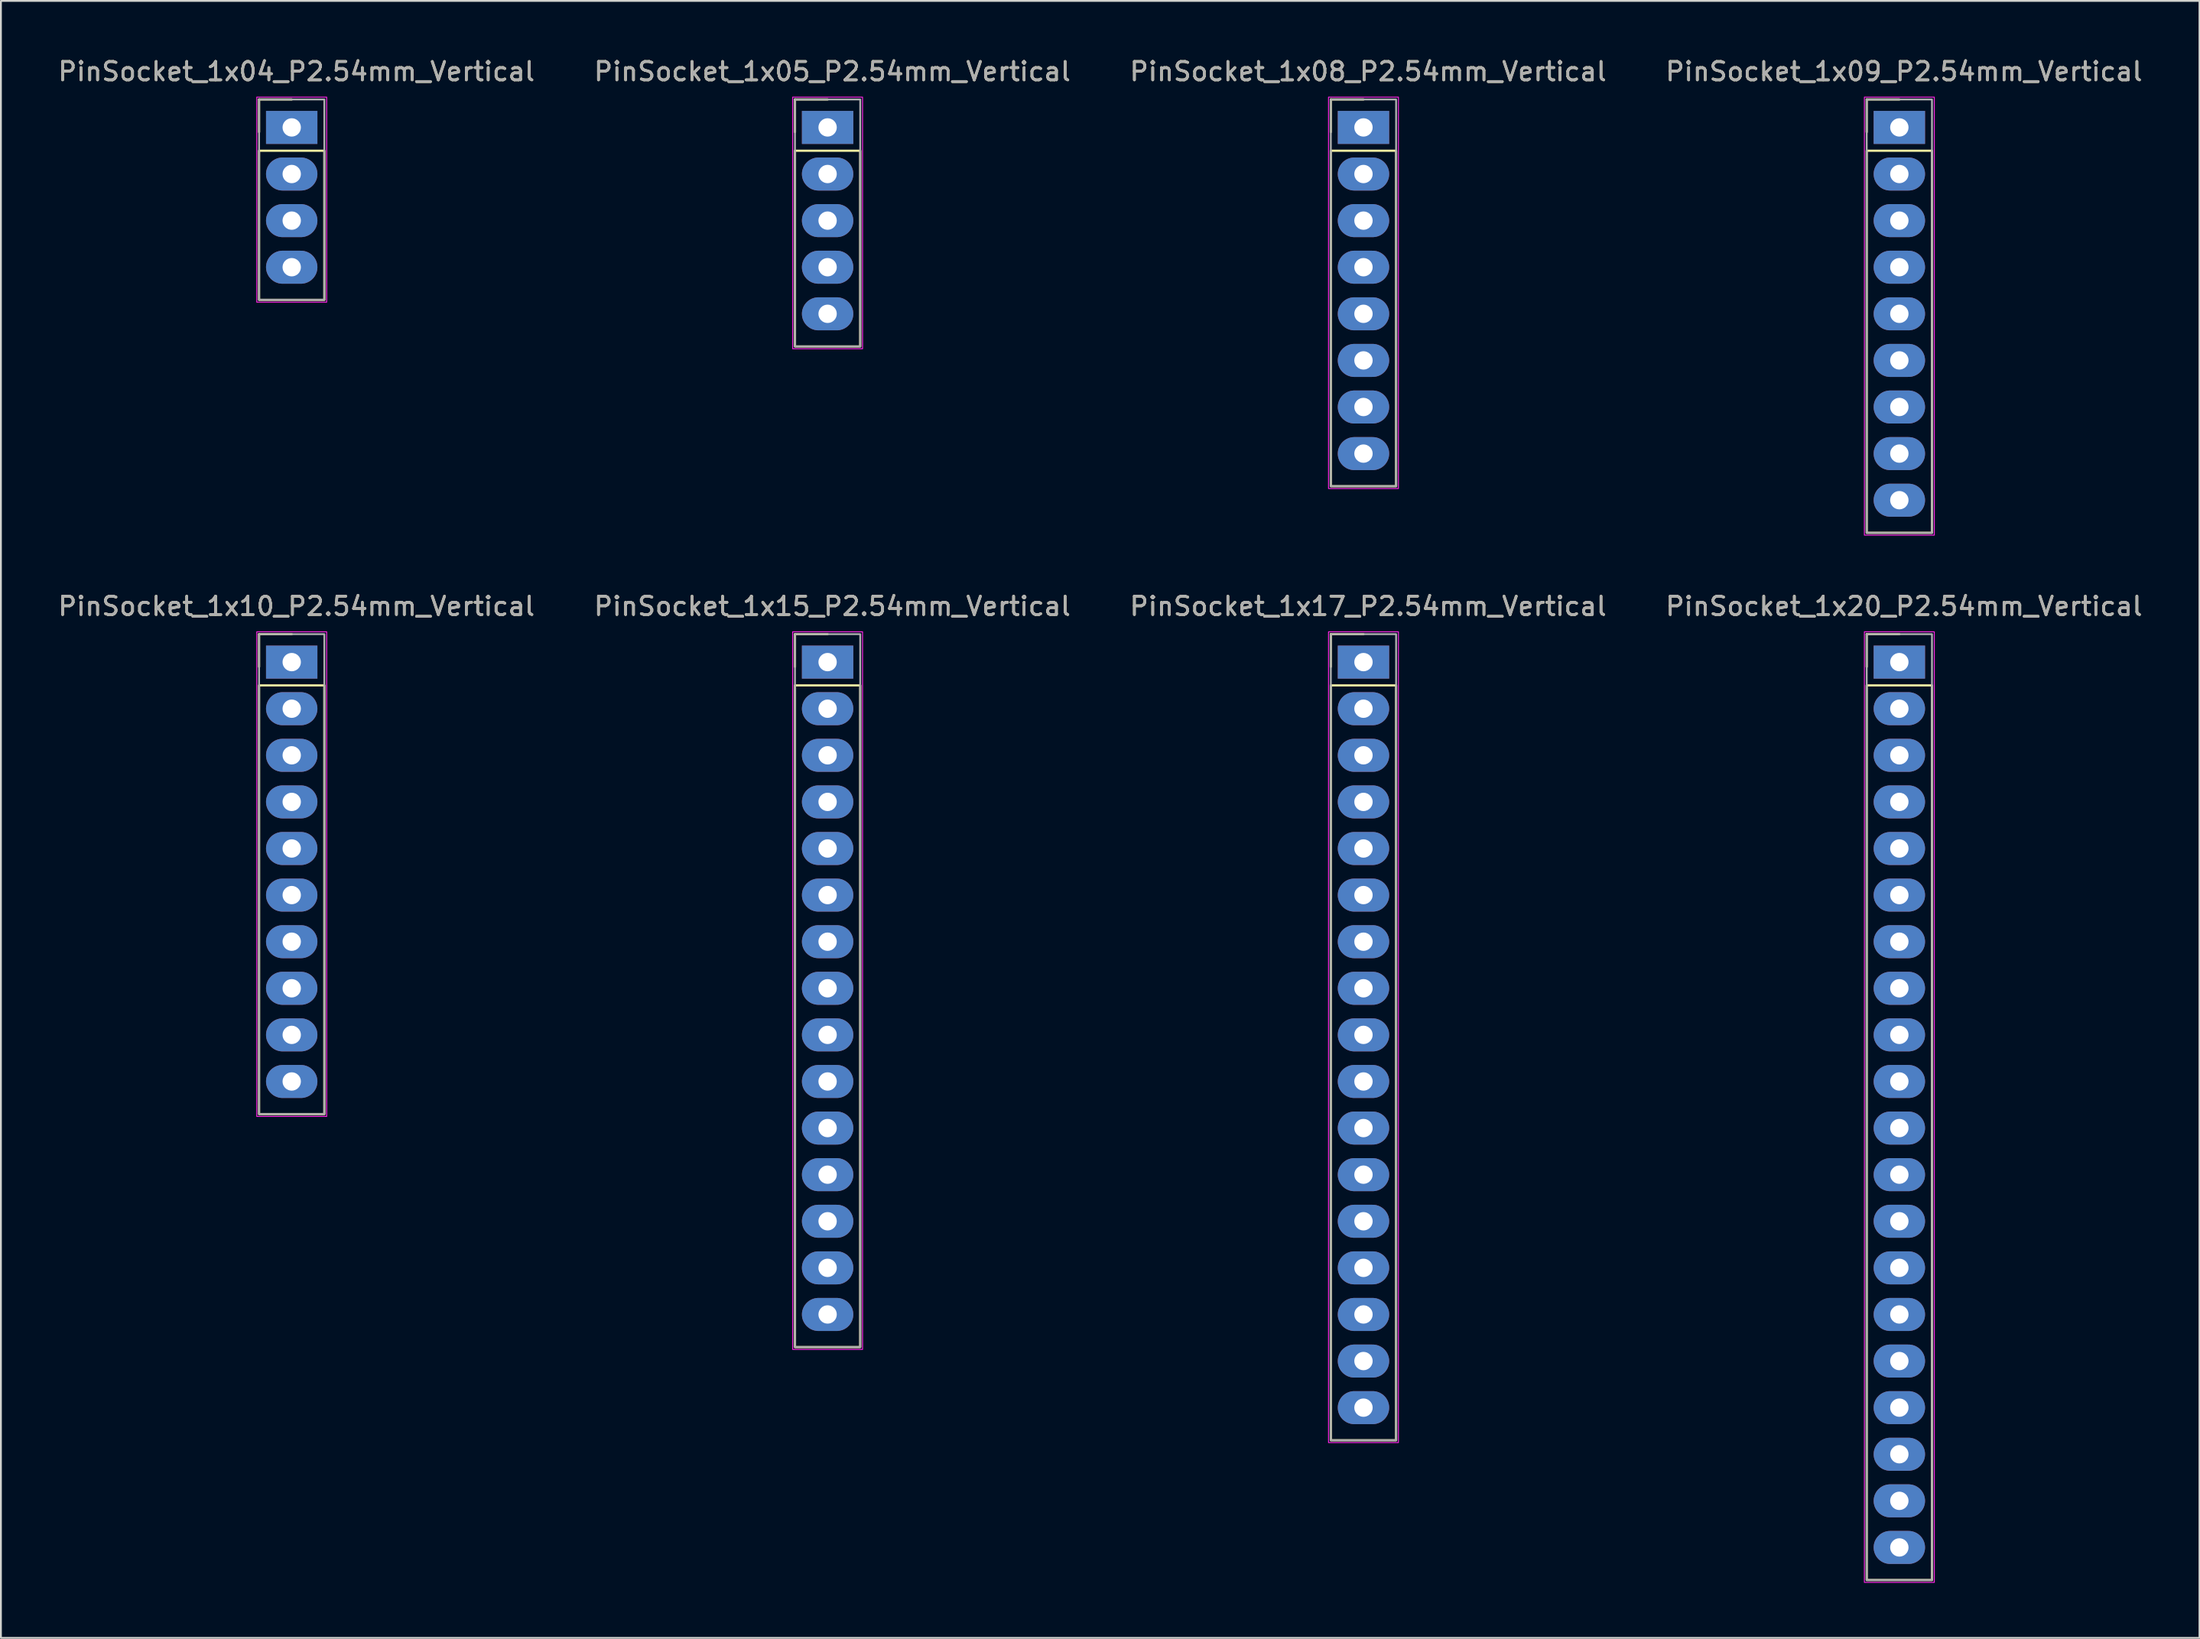
<source format=kicad_pcb>
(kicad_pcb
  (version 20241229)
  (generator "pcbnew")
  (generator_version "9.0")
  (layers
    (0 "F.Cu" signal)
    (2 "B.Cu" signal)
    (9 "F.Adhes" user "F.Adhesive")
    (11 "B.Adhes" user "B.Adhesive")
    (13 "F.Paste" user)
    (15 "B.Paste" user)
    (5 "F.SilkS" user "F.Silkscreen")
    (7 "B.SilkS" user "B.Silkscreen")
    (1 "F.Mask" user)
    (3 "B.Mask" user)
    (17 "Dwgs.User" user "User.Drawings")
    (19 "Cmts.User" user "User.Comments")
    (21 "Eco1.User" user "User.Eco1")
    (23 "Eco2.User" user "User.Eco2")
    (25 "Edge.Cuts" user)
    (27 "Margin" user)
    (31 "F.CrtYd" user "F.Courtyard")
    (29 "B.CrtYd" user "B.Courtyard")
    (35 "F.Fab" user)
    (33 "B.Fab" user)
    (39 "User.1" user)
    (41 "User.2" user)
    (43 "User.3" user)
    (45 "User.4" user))
  (footprint "PinSocket_1x08_P2.54mm_Vertical"
    (layer "F.Cu")
    (at 71.252 3.896)
    (property "Reference" "PinSocket_1x08_P2.54mm_Vertical" (at 0.254 -3.048 0) (unlocked yes) (layer "F.SilkS") (effects (font (size 1 1) (thickness 0.15))))
    (attr through_hole)
    (fp_line (start -1.778 -1.524) (end 0 -1.524) (stroke (width 0.12) (type solid)) (layer "F.SilkS"))
    (fp_line (start -1.778 0.254) (end -1.778 -1.524) (stroke (width 0.12) (type solid)) (layer "F.SilkS"))
    (fp_rect (start -1.778 1.27) (end 1.778 19.558) (stroke (width 0.12) (type solid)) (fill no) (layer "F.SilkS"))
    (fp_rect (start -1.905 -1.651) (end 1.905 19.685) (stroke (width 0.05) (type solid)) (fill no) (layer "F.CrtYd"))
    (fp_rect (start -1.778 -1.524) (end 1.778 19.558) (stroke (width 0.1) (type solid)) (fill no) (layer "F.Fab"))
    (fp_text user "${REFERENCE}" (at 0.254 -3.048 0) (unlocked yes) (layer "F.Fab") (effects (font (size 1 1) (thickness 0.15))))
    (pad "1" thru_hole rect (at 0 0) (size 2.8 1.8) (drill 1) (layers "*.Cu" "*.Mask"))
    (pad "2" thru_hole oval (at 0 2.54) (size 2.8 1.8) (drill 1) (layers "*.Cu" "*.Mask"))
    (pad "3" thru_hole oval (at 0 5.08) (size 2.8 1.8) (drill 1) (layers "*.Cu" "*.Mask"))
    (pad "4" thru_hole oval (at 0 7.62) (size 2.8 1.8) (drill 1) (layers "*.Cu" "*.Mask"))
    (pad "5" thru_hole oval (at 0 10.16) (size 2.8 1.8) (drill 1) (layers "*.Cu" "*.Mask"))
    (pad "6" thru_hole oval (at 0 12.7) (size 2.8 1.8) (drill 1) (layers "*.Cu" "*.Mask"))
    (pad "7" thru_hole oval (at 0 15.24) (size 2.8 1.8) (drill 1) (layers "*.Cu" "*.Mask"))
    (pad "8" thru_hole oval (at 0 17.78) (size 2.8 1.8) (drill 1) (layers "*.Cu" "*.Mask")))
  (footprint "PinSocket_1x17_P2.54mm_Vertical"
    (layer "F.Cu")
    (at 71.252 33.042)
    (property "Reference" "PinSocket_1x17_P2.54mm_Vertical" (at 0.254 -3.048 0) (unlocked yes) (layer "F.SilkS") (effects (font (size 1 1) (thickness 0.15))))
    (attr through_hole)
    (fp_line (start -1.778 -1.524) (end 0 -1.524) (stroke (width 0.12) (type solid)) (layer "F.SilkS"))
    (fp_line (start -1.778 0.254) (end -1.778 -1.524) (stroke (width 0.12) (type solid)) (layer "F.SilkS"))
    (fp_rect (start -1.778 1.27) (end 1.778 42.418) (stroke (width 0.12) (type solid)) (fill no) (layer "F.SilkS"))
    (fp_rect (start -1.905 -1.651) (end 1.905 42.545) (stroke (width 0.05) (type solid)) (fill no) (layer "F.CrtYd"))
    (fp_rect (start -1.778 -1.524) (end 1.778 42.418) (stroke (width 0.1) (type solid)) (fill no) (layer "F.Fab"))
    (fp_text user "${REFERENCE}" (at 0.254 -3.048 0) (unlocked yes) (layer "F.Fab") (effects (font (size 1 1) (thickness 0.15))))
    (pad "1" thru_hole rect (at 0 0) (size 2.8 1.8) (drill 1) (layers "*.Cu" "*.Mask"))
    (pad "2" thru_hole oval (at 0 2.54) (size 2.8 1.8) (drill 1) (layers "*.Cu" "*.Mask"))
    (pad "3" thru_hole oval (at 0 5.08) (size 2.8 1.8) (drill 1) (layers "*.Cu" "*.Mask"))
    (pad "4" thru_hole oval (at 0 7.62) (size 2.8 1.8) (drill 1) (layers "*.Cu" "*.Mask"))
    (pad "5" thru_hole oval (at 0 10.16) (size 2.8 1.8) (drill 1) (layers "*.Cu" "*.Mask"))
    (pad "6" thru_hole oval (at 0 12.7) (size 2.8 1.8) (drill 1) (layers "*.Cu" "*.Mask"))
    (pad "7" thru_hole oval (at 0 15.24) (size 2.8 1.8) (drill 1) (layers "*.Cu" "*.Mask"))
    (pad "8" thru_hole oval (at 0 17.78) (size 2.8 1.8) (drill 1) (layers "*.Cu" "*.Mask"))
    (pad "9" thru_hole oval (at 0 20.32) (size 2.8 1.8) (drill 1) (layers "*.Cu" "*.Mask"))
    (pad "10" thru_hole oval (at 0 22.86) (size 2.8 1.8) (drill 1) (layers "*.Cu" "*.Mask"))
    (pad "11" thru_hole oval (at 0 25.4) (size 2.8 1.8) (drill 1) (layers "*.Cu" "*.Mask"))
    (pad "12" thru_hole oval (at 0 27.94) (size 2.8 1.8) (drill 1) (layers "*.Cu" "*.Mask"))
    (pad "13" thru_hole oval (at 0 30.48) (size 2.8 1.8) (drill 1) (layers "*.Cu" "*.Mask"))
    (pad "14" thru_hole oval (at 0 33.02) (size 2.8 1.8) (drill 1) (layers "*.Cu" "*.Mask"))
    (pad "15" thru_hole oval (at 0 35.56) (size 2.8 1.8) (drill 1) (layers "*.Cu" "*.Mask"))
    (pad "16" thru_hole oval (at 0 38.1) (size 2.8 1.8) (drill 1) (layers "*.Cu" "*.Mask"))
    (pad "17" thru_hole oval (at 0 40.64) (size 2.8 1.8) (drill 1) (layers "*.Cu" "*.Mask")))
  (footprint "PinSocket_1x20_P2.54mm_Vertical"
    (layer "F.Cu")
    (at 100.454 33.042)
    (property "Reference" "PinSocket_1x20_P2.54mm_Vertical" (at 0.254 -3.048 0) (unlocked yes) (layer "F.SilkS") (effects (font (size 1 1) (thickness 0.15))))
    (attr through_hole)
    (fp_line (start -1.778 -1.524) (end 0 -1.524) (stroke (width 0.12) (type solid)) (layer "F.SilkS"))
    (fp_line (start -1.778 0.254) (end -1.778 -1.524) (stroke (width 0.12) (type solid)) (layer "F.SilkS"))
    (fp_rect (start -1.778 1.27) (end 1.778 50.038) (stroke (width 0.12) (type solid)) (fill no) (layer "F.SilkS"))
    (fp_rect (start -1.905 -1.651) (end 1.905 50.165) (stroke (width 0.05) (type solid)) (fill no) (layer "F.CrtYd"))
    (fp_rect (start -1.778 -1.524) (end 1.778 50.038) (stroke (width 0.1) (type solid)) (fill no) (layer "F.Fab"))
    (fp_text user "${REFERENCE}" (at 0.254 -3.048 0) (unlocked yes) (layer "F.Fab") (effects (font (size 1 1) (thickness 0.15))))
    (pad "1" thru_hole rect (at 0 0) (size 2.8 1.8) (drill 1) (layers "*.Cu" "*.Mask"))
    (pad "2" thru_hole oval (at 0 2.54) (size 2.8 1.8) (drill 1) (layers "*.Cu" "*.Mask"))
    (pad "3" thru_hole oval (at 0 5.08) (size 2.8 1.8) (drill 1) (layers "*.Cu" "*.Mask"))
    (pad "4" thru_hole oval (at 0 7.62) (size 2.8 1.8) (drill 1) (layers "*.Cu" "*.Mask"))
    (pad "5" thru_hole oval (at 0 10.16) (size 2.8 1.8) (drill 1) (layers "*.Cu" "*.Mask"))
    (pad "6" thru_hole oval (at 0 12.7) (size 2.8 1.8) (drill 1) (layers "*.Cu" "*.Mask"))
    (pad "7" thru_hole oval (at 0 15.24) (size 2.8 1.8) (drill 1) (layers "*.Cu" "*.Mask"))
    (pad "8" thru_hole oval (at 0 17.78) (size 2.8 1.8) (drill 1) (layers "*.Cu" "*.Mask"))
    (pad "9" thru_hole oval (at 0 20.32) (size 2.8 1.8) (drill 1) (layers "*.Cu" "*.Mask"))
    (pad "10" thru_hole oval (at 0 22.86) (size 2.8 1.8) (drill 1) (layers "*.Cu" "*.Mask"))
    (pad "11" thru_hole oval (at 0 25.4) (size 2.8 1.8) (drill 1) (layers "*.Cu" "*.Mask"))
    (pad "12" thru_hole oval (at 0 27.94) (size 2.8 1.8) (drill 1) (layers "*.Cu" "*.Mask"))
    (pad "13" thru_hole oval (at 0 30.48) (size 2.8 1.8) (drill 1) (layers "*.Cu" "*.Mask"))
    (pad "14" thru_hole oval (at 0 33.02) (size 2.8 1.8) (drill 1) (layers "*.Cu" "*.Mask"))
    (pad "15" thru_hole oval (at 0 35.56) (size 2.8 1.8) (drill 1) (layers "*.Cu" "*.Mask"))
    (pad "16" thru_hole oval (at 0 38.1) (size 2.8 1.8) (drill 1) (layers "*.Cu" "*.Mask"))
    (pad "17" thru_hole oval (at 0 40.64) (size 2.8 1.8) (drill 1) (layers "*.Cu" "*.Mask"))
    (pad "18" thru_hole oval (at 0 43.18) (size 2.8 1.8) (drill 1) (layers "*.Cu" "*.Mask"))
    (pad "19" thru_hole oval (at 0 45.72) (size 2.8 1.8) (drill 1) (layers "*.Cu" "*.Mask"))
    (pad "20" thru_hole oval (at 0 48.26) (size 2.8 1.8) (drill 1) (layers "*.Cu" "*.Mask")))
  (footprint "PinSocket_1x05_P2.54mm_Vertical"
    (layer "F.Cu")
    (at 42.05 3.896)
    (property "Reference" "PinSocket_1x05_P2.54mm_Vertical" (at 0.254 -3.048 0) (unlocked yes) (layer "F.SilkS") (effects (font (size 1 1) (thickness 0.15))))
    (attr through_hole)
    (fp_line (start -1.778 -1.524) (end 0 -1.524) (stroke (width 0.12) (type solid)) (layer "F.SilkS"))
    (fp_line (start -1.778 0.254) (end -1.778 -1.524) (stroke (width 0.12) (type solid)) (layer "F.SilkS"))
    (fp_rect (start -1.778 1.27) (end 1.778 11.938) (stroke (width 0.12) (type solid)) (fill no) (layer "F.SilkS"))
    (fp_rect (start -1.905 -1.651) (end 1.905 12.065) (stroke (width 0.05) (type solid)) (fill no) (layer "F.CrtYd"))
    (fp_rect (start -1.778 -1.524) (end 1.778 11.938) (stroke (width 0.1) (type solid)) (fill no) (layer "F.Fab"))
    (fp_text user "${REFERENCE}" (at 0.254 -3.048 0) (unlocked yes) (layer "F.Fab") (effects (font (size 1 1) (thickness 0.15))))
    (pad "1" thru_hole rect (at 0 0) (size 2.8 1.8) (drill 1) (layers "*.Cu" "*.Mask"))
    (pad "2" thru_hole oval (at 0 2.54) (size 2.8 1.8) (drill 1) (layers "*.Cu" "*.Mask"))
    (pad "3" thru_hole oval (at 0 5.08) (size 2.8 1.8) (drill 1) (layers "*.Cu" "*.Mask"))
    (pad "4" thru_hole oval (at 0 7.62) (size 2.8 1.8) (drill 1) (layers "*.Cu" "*.Mask"))
    (pad "5" thru_hole oval (at 0 10.16) (size 2.8 1.8) (drill 1) (layers "*.Cu" "*.Mask")))
  (footprint "PinSocket_1x04_P2.54mm_Vertical"
    (layer "F.Cu")
    (at 12.847 3.896)
    (property "Reference" "PinSocket_1x04_P2.54mm_Vertical" (at 0.254 -3.048 0) (unlocked yes) (layer "F.SilkS") (effects (font (size 1 1) (thickness 0.15))))
    (attr through_hole)
    (fp_line (start -1.778 -1.524) (end 0 -1.524) (stroke (width 0.12) (type solid)) (layer "F.SilkS"))
    (fp_line (start -1.778 0.254) (end -1.778 -1.524) (stroke (width 0.12) (type solid)) (layer "F.SilkS"))
    (fp_rect (start -1.778 1.27) (end 1.778 9.398) (stroke (width 0.12) (type solid)) (fill no) (layer "F.SilkS"))
    (fp_rect (start -1.905 -1.651) (end 1.905 9.525) (stroke (width 0.05) (type solid)) (fill no) (layer "F.CrtYd"))
    (fp_rect (start -1.778 -1.524) (end 1.778 9.398) (stroke (width 0.1) (type solid)) (fill no) (layer "F.Fab"))
    (fp_text user "${REFERENCE}" (at 0.254 -3.048 0) (unlocked yes) (layer "F.Fab") (effects (font (size 1 1) (thickness 0.15))))
    (pad "1" thru_hole rect (at 0 0) (size 2.8 1.8) (drill 1) (layers "*.Cu" "*.Mask"))
    (pad "2" thru_hole oval (at 0 2.54) (size 2.8 1.8) (drill 1) (layers "*.Cu" "*.Mask"))
    (pad "3" thru_hole oval (at 0 5.08) (size 2.8 1.8) (drill 1) (layers "*.Cu" "*.Mask"))
    (pad "4" thru_hole oval (at 0 7.62) (size 2.8 1.8) (drill 1) (layers "*.Cu" "*.Mask")))
  (footprint "PinSocket_1x15_P2.54mm_Vertical"
    (layer "F.Cu")
    (at 42.05 33.042)
    (property "Reference" "PinSocket_1x15_P2.54mm_Vertical" (at 0.254 -3.048 0) (unlocked yes) (layer "F.SilkS") (effects (font (size 1 1) (thickness 0.15))))
    (attr through_hole)
    (fp_line (start -1.778 -1.524) (end 0 -1.524) (stroke (width 0.12) (type solid)) (layer "F.SilkS"))
    (fp_line (start -1.778 0.254) (end -1.778 -1.524) (stroke (width 0.12) (type solid)) (layer "F.SilkS"))
    (fp_rect (start -1.778 1.27) (end 1.778 37.338) (stroke (width 0.12) (type solid)) (fill no) (layer "F.SilkS"))
    (fp_rect (start -1.905 -1.651) (end 1.905 37.465) (stroke (width 0.05) (type solid)) (fill no) (layer "F.CrtYd"))
    (fp_rect (start -1.778 -1.524) (end 1.778 37.338) (stroke (width 0.1) (type solid)) (fill no) (layer "F.Fab"))
    (fp_text user "${REFERENCE}" (at 0.254 -3.048 0) (unlocked yes) (layer "F.Fab") (effects (font (size 1 1) (thickness 0.15))))
    (pad "1" thru_hole rect (at 0 0) (size 2.8 1.8) (drill 1) (layers "*.Cu" "*.Mask"))
    (pad "2" thru_hole oval (at 0 2.54) (size 2.8 1.8) (drill 1) (layers "*.Cu" "*.Mask"))
    (pad "3" thru_hole oval (at 0 5.08) (size 2.8 1.8) (drill 1) (layers "*.Cu" "*.Mask"))
    (pad "4" thru_hole oval (at 0 7.62) (size 2.8 1.8) (drill 1) (layers "*.Cu" "*.Mask"))
    (pad "5" thru_hole oval (at 0 10.16) (size 2.8 1.8) (drill 1) (layers "*.Cu" "*.Mask"))
    (pad "6" thru_hole oval (at 0 12.7) (size 2.8 1.8) (drill 1) (layers "*.Cu" "*.Mask"))
    (pad "7" thru_hole oval (at 0 15.24) (size 2.8 1.8) (drill 1) (layers "*.Cu" "*.Mask"))
    (pad "8" thru_hole oval (at 0 17.78) (size 2.8 1.8) (drill 1) (layers "*.Cu" "*.Mask"))
    (pad "9" thru_hole oval (at 0 20.32) (size 2.8 1.8) (drill 1) (layers "*.Cu" "*.Mask"))
    (pad "10" thru_hole oval (at 0 22.86) (size 2.8 1.8) (drill 1) (layers "*.Cu" "*.Mask"))
    (pad "11" thru_hole oval (at 0 25.4) (size 2.8 1.8) (drill 1) (layers "*.Cu" "*.Mask"))
    (pad "12" thru_hole oval (at 0 27.94) (size 2.8 1.8) (drill 1) (layers "*.Cu" "*.Mask"))
    (pad "13" thru_hole oval (at 0 30.48) (size 2.8 1.8) (drill 1) (layers "*.Cu" "*.Mask"))
    (pad "14" thru_hole oval (at 0 33.02) (size 2.8 1.8) (drill 1) (layers "*.Cu" "*.Mask"))
    (pad "15" thru_hole oval (at 0 35.56) (size 2.8 1.8) (drill 1) (layers "*.Cu" "*.Mask")))
  (footprint "PinSocket_1x10_P2.54mm_Vertical"
    (layer "F.Cu")
    (at 12.847 33.042)
    (property "Reference" "PinSocket_1x10_P2.54mm_Vertical" (at 0.254 -3.048 0) (unlocked yes) (layer "F.SilkS") (effects (font (size 1 1) (thickness 0.15))))
    (attr through_hole)
    (fp_line (start -1.778 -1.524) (end 0 -1.524) (stroke (width 0.12) (type solid)) (layer "F.SilkS"))
    (fp_line (start -1.778 0.254) (end -1.778 -1.524) (stroke (width 0.12) (type solid)) (layer "F.SilkS"))
    (fp_rect (start -1.778 1.27) (end 1.778 24.638) (stroke (width 0.12) (type solid)) (fill no) (layer "F.SilkS"))
    (fp_rect (start -1.905 -1.651) (end 1.905 24.765) (stroke (width 0.05) (type solid)) (fill no) (layer "F.CrtYd"))
    (fp_rect (start -1.778 -1.524) (end 1.778 24.638) (stroke (width 0.1) (type solid)) (fill no) (layer "F.Fab"))
    (fp_text user "${REFERENCE}" (at 0.254 -3.048 0) (unlocked yes) (layer "F.Fab") (effects (font (size 1 1) (thickness 0.15))))
    (pad "1" thru_hole rect (at 0 0) (size 2.8 1.8) (drill 1) (layers "*.Cu" "*.Mask"))
    (pad "2" thru_hole oval (at 0 2.54) (size 2.8 1.8) (drill 1) (layers "*.Cu" "*.Mask"))
    (pad "3" thru_hole oval (at 0 5.08) (size 2.8 1.8) (drill 1) (layers "*.Cu" "*.Mask"))
    (pad "4" thru_hole oval (at 0 7.62) (size 2.8 1.8) (drill 1) (layers "*.Cu" "*.Mask"))
    (pad "5" thru_hole oval (at 0 10.16) (size 2.8 1.8) (drill 1) (layers "*.Cu" "*.Mask"))
    (pad "6" thru_hole oval (at 0 12.7) (size 2.8 1.8) (drill 1) (layers "*.Cu" "*.Mask"))
    (pad "7" thru_hole oval (at 0 15.24) (size 2.8 1.8) (drill 1) (layers "*.Cu" "*.Mask"))
    (pad "8" thru_hole oval (at 0 17.78) (size 2.8 1.8) (drill 1) (layers "*.Cu" "*.Mask"))
    (pad "9" thru_hole oval (at 0 20.32) (size 2.8 1.8) (drill 1) (layers "*.Cu" "*.Mask"))
    (pad "10" thru_hole oval (at 0 22.86) (size 2.8 1.8) (drill 1) (layers "*.Cu" "*.Mask")))
  (footprint "PinSocket_1x09_P2.54mm_Vertical"
    (layer "F.Cu")
    (at 100.454 3.896)
    (property "Reference" "PinSocket_1x09_P2.54mm_Vertical" (at 0.254 -3.048 0) (unlocked yes) (layer "F.SilkS") (effects (font (size 1 1) (thickness 0.15))))
    (attr through_hole)
    (fp_line (start -1.778 -1.524) (end 0 -1.524) (stroke (width 0.12) (type solid)) (layer "F.SilkS"))
    (fp_line (start -1.778 0.254) (end -1.778 -1.524) (stroke (width 0.12) (type solid)) (layer "F.SilkS"))
    (fp_rect (start -1.778 1.27) (end 1.778 22.098) (stroke (width 0.12) (type solid)) (fill no) (layer "F.SilkS"))
    (fp_rect (start -1.905 -1.651) (end 1.905 22.225) (stroke (width 0.05) (type solid)) (fill no) (layer "F.CrtYd"))
    (fp_rect (start -1.778 -1.524) (end 1.778 22.098) (stroke (width 0.1) (type solid)) (fill no) (layer "F.Fab"))
    (fp_text user "${REFERENCE}" (at 0.254 -3.048 0) (unlocked yes) (layer "F.Fab") (effects (font (size 1 1) (thickness 0.15))))
    (pad "1" thru_hole rect (at 0 0) (size 2.8 1.8) (drill 1) (layers "*.Cu" "*.Mask"))
    (pad "2" thru_hole oval (at 0 2.54) (size 2.8 1.8) (drill 1) (layers "*.Cu" "*.Mask"))
    (pad "3" thru_hole oval (at 0 5.08) (size 2.8 1.8) (drill 1) (layers "*.Cu" "*.Mask"))
    (pad "4" thru_hole oval (at 0 7.62) (size 2.8 1.8) (drill 1) (layers "*.Cu" "*.Mask"))
    (pad "5" thru_hole oval (at 0 10.16) (size 2.8 1.8) (drill 1) (layers "*.Cu" "*.Mask"))
    (pad "6" thru_hole oval (at 0 12.7) (size 2.8 1.8) (drill 1) (layers "*.Cu" "*.Mask"))
    (pad "7" thru_hole oval (at 0 15.24) (size 2.8 1.8) (drill 1) (layers "*.Cu" "*.Mask"))
    (pad "8" thru_hole oval (at 0 17.78) (size 2.8 1.8) (drill 1) (layers "*.Cu" "*.Mask"))
    (pad "9" thru_hole oval (at 0 20.32) (size 2.8 1.8) (drill 1) (layers "*.Cu" "*.Mask")))
  (gr_rect
    (start -3 -3)
    (end 116.81 86.233)
    (stroke (width 0.1) (type default))
    (fill no)
    (layer "Edge.Cuts")))
</source>
